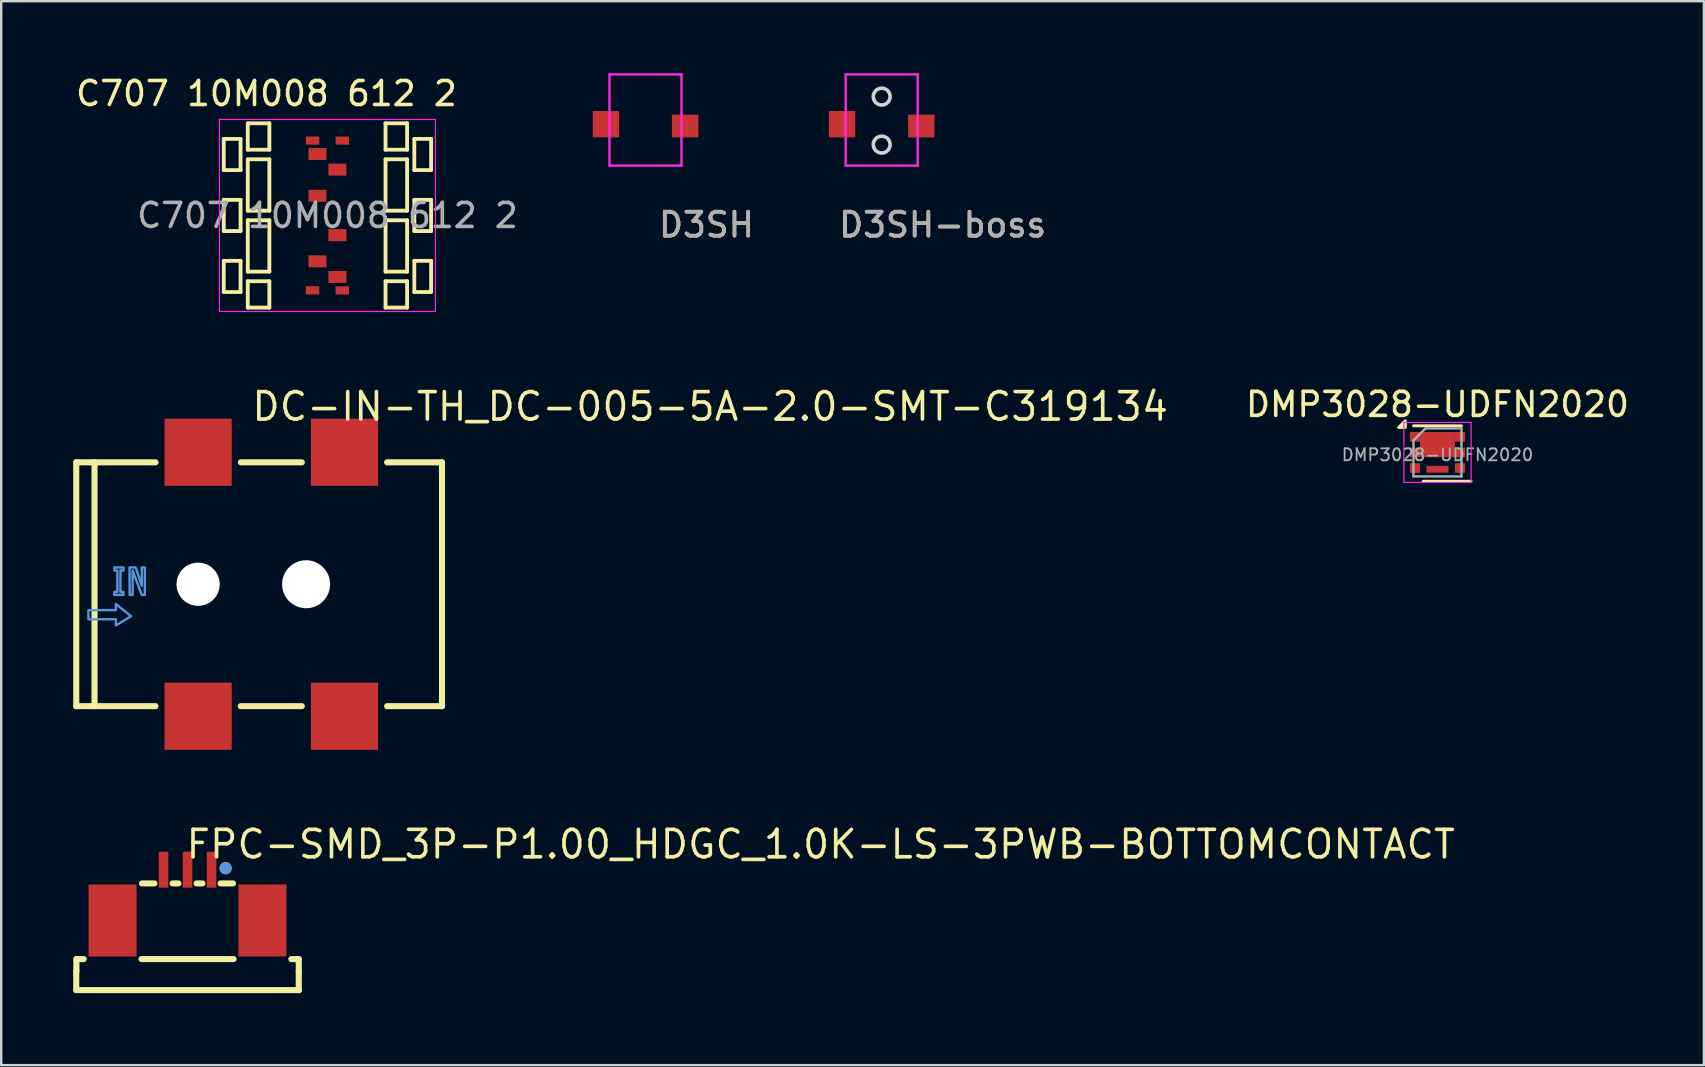
<source format=kicad_pcb>
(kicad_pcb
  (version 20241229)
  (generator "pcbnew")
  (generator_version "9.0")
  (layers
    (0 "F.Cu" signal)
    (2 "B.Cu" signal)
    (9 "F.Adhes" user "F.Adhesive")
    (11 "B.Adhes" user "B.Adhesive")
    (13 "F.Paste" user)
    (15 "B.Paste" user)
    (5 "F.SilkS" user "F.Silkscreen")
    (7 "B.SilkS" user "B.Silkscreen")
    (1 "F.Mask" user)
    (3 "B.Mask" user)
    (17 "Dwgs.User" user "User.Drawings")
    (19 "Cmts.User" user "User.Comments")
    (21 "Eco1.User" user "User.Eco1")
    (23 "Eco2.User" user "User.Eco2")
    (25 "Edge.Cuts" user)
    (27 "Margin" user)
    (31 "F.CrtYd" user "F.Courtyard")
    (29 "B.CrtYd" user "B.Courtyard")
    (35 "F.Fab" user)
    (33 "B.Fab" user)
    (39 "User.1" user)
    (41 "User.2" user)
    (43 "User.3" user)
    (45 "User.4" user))
  (footprint "D3SH"
    (layer "F.Cu")
    (at 23.847 3.775)
    (property "Reference" "D3SH" (at 2.54 2.54 0) (layer "F.SilkS") (effects (font (size 1 1) (thickness 0.15))))
    (attr smd)
    (fp_line (start -1.5 -3.725) (end 1.5 -3.725) (stroke (width 0.1) (type solid)) (layer "F.CrtYd"))
    (fp_line (start -1.5 0.075) (end -1.5 -3.725) (stroke (width 0.1) (type solid)) (layer "F.CrtYd"))
    (fp_line (start 1.5 -3.725) (end 1.5 0.075) (stroke (width 0.1) (type solid)) (layer "F.CrtYd"))
    (fp_line (start 1.5 0.075) (end -1.5 0.075) (stroke (width 0.1) (type solid)) (layer "F.CrtYd"))
    (fp_text user "${REFERENCE}" (at 2.54 2.54 0) (layer "F.Fab") (effects (font (size 1 1) (thickness 0.15))))
    (pad "1" smd rect (at -1.65 -1.65) (size 1.1 1.1) (layers "F.Cu" "F.Mask" "F.Paste"))
    (pad "2" smd rect (at 1.65 -1.575) (size 1.1 0.95) (layers "F.Cu" "F.Mask" "F.Paste")))
  (footprint "FPC-SMD_3P-P1.00_HDGC_1.0K-LS-3PWB-BOTTOMCONTACT"
    (layer "F.Cu")
    (at 4.763 34.247)
    (property "Reference" "FPC-SMD_3P-P1.00_HDGC_1.0K-LS-3PWB-BOTTOMCONTACT" (at -0.142 -2.118 0) (layer "F.SilkS") (effects (font (size 1.143 1.143) (thickness 0.152)) (justify left)))
    (attr smd)
    (fp_line (start -4.636 3.959) (end -4.636 3.17) (stroke (width 0.254) (type solid)) (layer "F.SilkS"))
    (fp_line (start -4.636 3.959) (end 4.645 3.959) (stroke (width 0.254) (type solid)) (layer "F.SilkS"))
    (fp_line (start -4.63 2.666) (end -4.63 3.17) (stroke (width 0.254) (type solid)) (layer "F.SilkS"))
    (fp_line (start -4.327 2.666) (end -4.63 2.666) (stroke (width 0.254) (type solid)) (layer "F.SilkS"))
    (fp_line (start -1.381 -0.486) (end -1.896 -0.486) (stroke (width 0.254) (type solid)) (layer "F.SilkS"))
    (fp_line (start -0.381 -0.486) (end -0.619 -0.486) (stroke (width 0.254) (type solid)) (layer "F.SilkS"))
    (fp_line (start 0.619 -0.486) (end 0.381 -0.486) (stroke (width 0.254) (type solid)) (layer "F.SilkS"))
    (fp_line (start 1.381 -0.486) (end 1.896 -0.486) (stroke (width 0.254) (type solid)) (layer "F.SilkS"))
    (fp_line (start 1.919 2.666) (end -1.919 2.666) (stroke (width 0.254) (type solid)) (layer "F.SilkS"))
    (fp_line (start 4.636 2.666) (end 4.327 2.666) (stroke (width 0.254) (type solid)) (layer "F.SilkS"))
    (fp_line (start 4.636 3.17) (end 4.636 2.666) (stroke (width 0.254) (type solid)) (layer "F.SilkS"))
    (fp_line (start 4.636 3.959) (end 4.636 3.17) (stroke (width 0.254) (type solid)) (layer "F.SilkS"))
    (fp_circle (center 1.588 -1.121) (end 1.715 -1.121) (stroke (width 0.254) (type solid)) (fill no) (layer "F.SilkS"))
    (fp_circle (center 1.588 -1.121) (end 1.715 -1.121) (stroke (width 0.254) (type solid)) (fill no) (layer "Cmts.User"))
    (pad "1" smd rect (at 1 -1.057) (size 0.4 1.5) (layers "F.Cu" "F.Mask" "F.Paste"))
    (pad "2" smd rect (at 0 -1.057) (size 0.4 1.5) (layers "F.Cu" "F.Mask" "F.Paste"))
    (pad "3" smd rect (at -1 -1.057) (size 0.4 1.5) (layers "F.Cu" "F.Mask" "F.Paste"))
    (pad "4" smd rect (at -3.123 1.057) (size 2 3) (layers "F.Cu" "F.Mask" "F.Paste"))
    (pad "5" smd rect (at 3.123 1.057) (size 2 3) (layers "F.Cu" "F.Mask" "F.Paste")))
  (footprint "C707 10M008 612 2"
    (layer "F.Cu")
    (at 10.594 5.928)
    (property "Reference" "C707 10M008 612 2" (at -2.54 -5.08 0) (layer "F.SilkS") (effects (font (size 1 1) (thickness 0.15))))
    (attr smd)
    (fp_line (start -4.32 -3.19) (end -4.32 -1.89) (stroke (width 0.16) (type solid)) (layer "F.SilkS"))
    (fp_line (start -4.32 -1.89) (end -3.62 -1.89) (stroke (width 0.16) (type solid)) (layer "F.SilkS"))
    (fp_line (start -4.32 -0.65) (end -4.32 0.65) (stroke (width 0.16) (type solid)) (layer "F.SilkS"))
    (fp_line (start -4.32 0.65) (end -3.62 0.65) (stroke (width 0.16) (type solid)) (layer "F.SilkS"))
    (fp_line (start -4.32 1.89) (end -4.32 3.19) (stroke (width 0.16) (type solid)) (layer "F.SilkS"))
    (fp_line (start -4.32 3.19) (end -3.62 3.19) (stroke (width 0.16) (type solid)) (layer "F.SilkS"))
    (fp_line (start -3.62 -3.19) (end -4.32 -3.19) (stroke (width 0.16) (type solid)) (layer "F.SilkS"))
    (fp_line (start -3.62 -1.89) (end -3.62 -3.19) (stroke (width 0.16) (type solid)) (layer "F.SilkS"))
    (fp_line (start -3.62 -0.65) (end -4.32 -0.65) (stroke (width 0.16) (type solid)) (layer "F.SilkS"))
    (fp_line (start -3.62 0.65) (end -3.62 -0.65) (stroke (width 0.16) (type solid)) (layer "F.SilkS"))
    (fp_line (start -3.62 1.89) (end -4.32 1.89) (stroke (width 0.16) (type solid)) (layer "F.SilkS"))
    (fp_line (start -3.62 3.19) (end -3.62 1.89) (stroke (width 0.16) (type solid)) (layer "F.SilkS"))
    (fp_line (start -3.32 -3.84) (end -3.32 -2.74) (stroke (width 0.16) (type solid)) (layer "F.SilkS"))
    (fp_line (start -3.32 -2.74) (end -2.42 -2.74) (stroke (width 0.16) (type solid)) (layer "F.SilkS"))
    (fp_line (start -3.32 -2.34) (end -3.32 -0.2) (stroke (width 0.16) (type solid)) (layer "F.SilkS"))
    (fp_line (start -3.32 -0.2) (end -2.42 -0.2) (stroke (width 0.16) (type solid)) (layer "F.SilkS"))
    (fp_line (start -3.32 0.2) (end -3.32 2.34) (stroke (width 0.16) (type solid)) (layer "F.SilkS"))
    (fp_line (start -3.32 2.34) (end -2.42 2.34) (stroke (width 0.16) (type solid)) (layer "F.SilkS"))
    (fp_line (start -3.32 2.74) (end -3.32 3.84) (stroke (width 0.16) (type solid)) (layer "F.SilkS"))
    (fp_line (start -3.32 3.84) (end -2.42 3.84) (stroke (width 0.16) (type solid)) (layer "F.SilkS"))
    (fp_line (start -2.42 -3.84) (end -3.32 -3.84) (stroke (width 0.16) (type solid)) (layer "F.SilkS"))
    (fp_line (start -2.42 -2.74) (end -2.42 -3.84) (stroke (width 0.16) (type solid)) (layer "F.SilkS"))
    (fp_line (start -2.42 -2.34) (end -3.32 -2.34) (stroke (width 0.16) (type solid)) (layer "F.SilkS"))
    (fp_line (start -2.42 -0.2) (end -2.42 -2.34) (stroke (width 0.16) (type solid)) (layer "F.SilkS"))
    (fp_line (start -2.42 0.2) (end -3.32 0.2) (stroke (width 0.16) (type solid)) (layer "F.SilkS"))
    (fp_line (start -2.42 2.34) (end -2.42 0.2) (stroke (width 0.16) (type solid)) (layer "F.SilkS"))
    (fp_line (start -2.42 2.74) (end -3.32 2.74) (stroke (width 0.16) (type solid)) (layer "F.SilkS"))
    (fp_line (start -2.42 3.84) (end -2.42 2.74) (stroke (width 0.16) (type solid)) (layer "F.SilkS"))
    (fp_line (start 2.42 -3.84) (end 2.42 -2.74) (stroke (width 0.16) (type solid)) (layer "F.SilkS"))
    (fp_line (start 2.42 -2.74) (end 3.32 -2.74) (stroke (width 0.16) (type solid)) (layer "F.SilkS"))
    (fp_line (start 2.42 -2.34) (end 2.42 -0.2) (stroke (width 0.16) (type solid)) (layer "F.SilkS"))
    (fp_line (start 2.42 -0.2) (end 3.32 -0.2) (stroke (width 0.16) (type solid)) (layer "F.SilkS"))
    (fp_line (start 2.42 0.2) (end 2.42 2.34) (stroke (width 0.16) (type solid)) (layer "F.SilkS"))
    (fp_line (start 2.42 2.34) (end 3.32 2.34) (stroke (width 0.16) (type solid)) (layer "F.SilkS"))
    (fp_line (start 2.42 2.74) (end 2.42 3.84) (stroke (width 0.16) (type solid)) (layer "F.SilkS"))
    (fp_line (start 2.42 3.84) (end 3.32 3.84) (stroke (width 0.16) (type solid)) (layer "F.SilkS"))
    (fp_line (start 3.32 -3.84) (end 2.42 -3.84) (stroke (width 0.16) (type solid)) (layer "F.SilkS"))
    (fp_line (start 3.32 -2.74) (end 3.32 -3.84) (stroke (width 0.16) (type solid)) (layer "F.SilkS"))
    (fp_line (start 3.32 -2.34) (end 2.42 -2.34) (stroke (width 0.16) (type solid)) (layer "F.SilkS"))
    (fp_line (start 3.32 -0.2) (end 3.32 -2.34) (stroke (width 0.16) (type solid)) (layer "F.SilkS"))
    (fp_line (start 3.32 0.2) (end 2.42 0.2) (stroke (width 0.16) (type solid)) (layer "F.SilkS"))
    (fp_line (start 3.32 2.34) (end 3.32 0.2) (stroke (width 0.16) (type solid)) (layer "F.SilkS"))
    (fp_line (start 3.32 2.74) (end 2.42 2.74) (stroke (width 0.16) (type solid)) (layer "F.SilkS"))
    (fp_line (start 3.32 3.84) (end 3.32 2.74) (stroke (width 0.16) (type solid)) (layer "F.SilkS"))
    (fp_line (start 3.62 -3.19) (end 3.62 -1.89) (stroke (width 0.16) (type solid)) (layer "F.SilkS"))
    (fp_line (start 3.62 -1.89) (end 4.32 -1.89) (stroke (width 0.16) (type solid)) (layer "F.SilkS"))
    (fp_line (start 3.62 -0.65) (end 3.62 0.65) (stroke (width 0.16) (type solid)) (layer "F.SilkS"))
    (fp_line (start 3.62 0.65) (end 4.32 0.65) (stroke (width 0.16) (type solid)) (layer "F.SilkS"))
    (fp_line (start 3.62 1.89) (end 3.62 3.19) (stroke (width 0.16) (type solid)) (layer "F.SilkS"))
    (fp_line (start 3.62 3.19) (end 4.32 3.19) (stroke (width 0.16) (type solid)) (layer "F.SilkS"))
    (fp_line (start 4.32 -3.19) (end 3.62 -3.19) (stroke (width 0.16) (type solid)) (layer "F.SilkS"))
    (fp_line (start 4.32 -1.89) (end 4.32 -3.19) (stroke (width 0.16) (type solid)) (layer "F.SilkS"))
    (fp_line (start 4.32 -0.65) (end 3.62 -0.65) (stroke (width 0.16) (type solid)) (layer "F.SilkS"))
    (fp_line (start 4.32 0.65) (end 4.32 -0.65) (stroke (width 0.16) (type solid)) (layer "F.SilkS"))
    (fp_line (start 4.32 1.89) (end 3.62 1.89) (stroke (width 0.16) (type solid)) (layer "F.SilkS"))
    (fp_line (start 4.32 3.19) (end 4.32 1.89) (stroke (width 0.16) (type solid)) (layer "F.SilkS"))
    (fp_line (start -4.5 -4) (end 4.5 -4) (stroke (width 0.05) (type solid)) (layer "F.CrtYd"))
    (fp_line (start -4.5 4) (end -4.5 -4) (stroke (width 0.05) (type solid)) (layer "F.CrtYd"))
    (fp_line (start 4.5 -4) (end 4.5 4) (stroke (width 0.05) (type solid)) (layer "F.CrtYd"))
    (fp_line (start 4.5 4) (end -4.5 4) (stroke (width 0.05) (type solid)) (layer "F.CrtYd"))
    (fp_text user "${REFERENCE}" (at 0 0 0) (layer "F.Fab") (effects (font (size 1 1) (thickness 0.15))))
    (pad "1" smd rect (at -0.62 -3.12) (size 0.56 0.34) (layers "F.Cu" "F.Mask" "F.Paste"))
    (pad "1" smd rect (at -0.415 -2.56) (size 0.75 0.5) (layers "F.Cu" "F.Mask" "F.Paste"))
    (pad "2" smd rect (at -0.415 -0.82) (size 0.75 0.5) (layers "F.Cu" "F.Mask" "F.Paste"))
    (pad "3" smd rect (at -0.62 3.12) (size 0.56 0.34) (layers "F.Cu" "F.Mask" "F.Paste"))
    (pad "3" smd rect (at -0.415 1.91) (size 0.75 0.5) (layers "F.Cu" "F.Mask" "F.Paste"))
    (pad "4" smd rect (at 0.415 2.56) (size 0.75 0.5) (layers "F.Cu" "F.Mask" "F.Paste"))
    (pad "4" smd rect (at 0.62 3.12) (size 0.56 0.34) (layers "F.Cu" "F.Mask" "F.Paste"))
    (pad "5" smd rect (at 0.415 0.82) (size 0.75 0.5) (layers "F.Cu" "F.Mask" "F.Paste"))
    (pad "6" smd rect (at 0.415 -1.91) (size 0.75 0.5) (layers "F.Cu" "F.Mask" "F.Paste"))
    (pad "6" smd rect (at 0.62 -3.12) (size 0.56 0.34) (layers "F.Cu" "F.Mask" "F.Paste"))
    (zone (net_name "") (layer "F.Cu") (hatch edge 0.508) (connect_pads) (min_thickness 0.254) (filled_areas_thickness no) (keepout (tracks allowed) (vias not_allowed) (pads not_allowed) (copperpour allowed) (footprints allowed)) (placement (enabled no)) (fill) (polygon (pts (xy 6.974 4.038) (xy 6.274 4.038) (xy 6.274 2.738) (xy 6.974 2.738))))
    (zone (net_name "") (layer "F.Cu") (hatch edge 0.508) (connect_pads) (min_thickness 0.254) (filled_areas_thickness no) (keepout (tracks allowed) (vias not_allowed) (pads not_allowed) (copperpour allowed) (footprints allowed)) (placement (enabled no)) (fill) (polygon (pts (xy 6.974 6.578) (xy 6.274 6.578) (xy 6.274 5.278) (xy 6.974 5.278))))
    (zone (net_name "") (layer "F.Cu") (hatch edge 0.508) (connect_pads) (min_thickness 0.254) (filled_areas_thickness no) (keepout (tracks allowed) (vias not_allowed) (pads not_allowed) (copperpour allowed) (footprints allowed)) (placement (enabled no)) (fill) (polygon (pts (xy 6.974 9.118) (xy 6.274 9.118) (xy 6.274 7.818) (xy 6.974 7.818))))
    (zone (net_name "") (layer "F.Cu") (hatch edge 0.508) (connect_pads) (min_thickness 0.254) (filled_areas_thickness no) (keepout (tracks not_allowed) (vias not_allowed) (pads not_allowed) (copperpour allowed) (footprints allowed)) (placement (enabled no)) (fill) (polygon (pts (xy 8.174 3.188) (xy 7.274 3.188) (xy 7.274 2.088) (xy 8.174 2.088))))
    (zone (net_name "") (layer "F.Cu") (hatch edge 0.508) (connect_pads) (min_thickness 0.254) (filled_areas_thickness no) (keepout (tracks not_allowed) (vias not_allowed) (pads not_allowed) (copperpour allowed) (footprints allowed)) (placement (enabled no)) (fill) (polygon (pts (xy 8.174 5.728) (xy 7.274 5.728) (xy 7.274 3.588) (xy 8.174 3.588))))
    (zone (net_name "") (layer "F.Cu") (hatch edge 0.508) (connect_pads) (min_thickness 0.254) (filled_areas_thickness no) (keepout (tracks not_allowed) (vias not_allowed) (pads not_allowed) (copperpour allowed) (footprints allowed)) (placement (enabled no)) (fill) (polygon (pts (xy 8.174 8.268) (xy 7.274 8.268) (xy 7.274 6.128) (xy 8.174 6.128))))
    (zone (net_name "") (layer "F.Cu") (hatch edge 0.508) (connect_pads) (min_thickness 0.254) (filled_areas_thickness no) (keepout (tracks not_allowed) (vias not_allowed) (pads not_allowed) (copperpour allowed) (footprints allowed)) (placement (enabled no)) (fill) (polygon (pts (xy 8.174 9.768) (xy 7.274 9.768) (xy 7.274 8.668) (xy 8.174 8.668))))
    (zone (net_name "") (layer "F.Cu") (hatch edge 0.508) (connect_pads) (min_thickness 0.254) (filled_areas_thickness no) (keepout (tracks not_allowed) (vias not_allowed) (pads not_allowed) (copperpour allowed) (footprints allowed)) (placement (enabled no)) (fill) (polygon (pts (xy 13.914 3.188) (xy 13.014 3.188) (xy 13.014 2.088) (xy 13.914 2.088))))
    (zone (net_name "") (layer "F.Cu") (hatch edge 0.508) (connect_pads) (min_thickness 0.254) (filled_areas_thickness no) (keepout (tracks not_allowed) (vias not_allowed) (pads not_allowed) (copperpour allowed) (footprints allowed)) (placement (enabled no)) (fill) (polygon (pts (xy 13.914 5.728) (xy 13.014 5.728) (xy 13.014 3.588) (xy 13.914 3.588))))
    (zone (net_name "") (layer "F.Cu") (hatch edge 0.508) (connect_pads) (min_thickness 0.254) (filled_areas_thickness no) (keepout (tracks not_allowed) (vias not_allowed) (pads not_allowed) (copperpour allowed) (footprints allowed)) (placement (enabled no)) (fill) (polygon (pts (xy 13.914 8.268) (xy 13.014 8.268) (xy 13.014 6.128) (xy 13.914 6.128))))
    (zone (net_name "") (layer "F.Cu") (hatch edge 0.508) (connect_pads) (min_thickness 0.254) (filled_areas_thickness no) (keepout (tracks not_allowed) (vias not_allowed) (pads not_allowed) (copperpour allowed) (footprints allowed)) (placement (enabled no)) (fill) (polygon (pts (xy 13.914 9.768) (xy 13.014 9.768) (xy 13.014 8.668) (xy 13.914 8.668))))
    (zone (net_name "") (layer "F.Cu") (hatch edge 0.508) (connect_pads) (min_thickness 0.254) (filled_areas_thickness no) (keepout (tracks allowed) (vias not_allowed) (pads not_allowed) (copperpour allowed) (footprints allowed)) (placement (enabled no)) (fill) (polygon (pts (xy 14.914 4.038) (xy 14.214 4.038) (xy 14.214 2.738) (xy 14.914 2.738))))
    (zone (net_name "") (layer "F.Cu") (hatch edge 0.508) (connect_pads) (min_thickness 0.254) (filled_areas_thickness no) (keepout (tracks allowed) (vias not_allowed) (pads not_allowed) (copperpour allowed) (footprints allowed)) (placement (enabled no)) (fill) (polygon (pts (xy 14.914 6.578) (xy 14.214 6.578) (xy 14.214 5.278) (xy 14.914 5.278))))
    (zone (net_name "") (layer "F.Cu") (hatch edge 0.508) (connect_pads) (min_thickness 0.254) (filled_areas_thickness no) (keepout (tracks allowed) (vias not_allowed) (pads not_allowed) (copperpour allowed) (footprints allowed)) (placement (enabled no)) (fill) (polygon (pts (xy 14.914 9.118) (xy 14.214 9.118) (xy 14.214 7.818) (xy 14.914 7.818)))))
  (footprint "DC-IN-TH_DC-005-5A-2.0-SMT-C319134"
    (layer "F.Cu")
    (at 8.255 21.294)
    (property "Reference" "DC-IN-TH_DC-005-5A-2.0-SMT-C319134" (at -0.891 -7.405 0) (layer "F.SilkS") (effects (font (size 1.143 1.143) (thickness 0.152)) (justify left)))
    (attr smd)
    (fp_line (start -8.128 -5.08) (end -8.128 5.08) (stroke (width 0.254) (type solid)) (layer "F.SilkS"))
    (fp_line (start -8.128 5.08) (end -4.826 5.08) (stroke (width 0.254) (type solid)) (layer "F.SilkS"))
    (fp_line (start -7.366 -5.08) (end -7.366 5.08) (stroke (width 0.254) (type solid)) (layer "F.SilkS"))
    (fp_line (start -4.826 -5.08) (end -8.128 -5.08) (stroke (width 0.254) (type solid)) (layer "F.SilkS"))
    (fp_line (start -1.27 -5.08) (end 1.27 -5.08) (stroke (width 0.254) (type solid)) (layer "F.SilkS"))
    (fp_line (start -1.27 5.08) (end 1.27 5.08) (stroke (width 0.254) (type solid)) (layer "F.SilkS"))
    (fp_line (start 4.826 5.08) (end 7.112 5.08) (stroke (width 0.254) (type solid)) (layer "F.SilkS"))
    (fp_line (start 7.112 -5.08) (end 4.826 -5.08) (stroke (width 0.254) (type solid)) (layer "F.SilkS"))
    (fp_line (start 7.112 5.08) (end 7.112 -5.08) (stroke (width 0.254) (type solid)) (layer "F.SilkS"))
    (fp_circle (center -3.05 0) (end -2.675 0) (stroke (width 0.75) (type solid)) (fill no) (layer "Cmts.User"))
    (fp_circle (center 1.45 0) (end 1.875 0) (stroke (width 0.85) (type solid)) (fill no) (layer "Cmts.User"))
    (fp_poly (pts (xy -7.62 1.079) (xy -6.477 1.079) (xy -6.477 0.825) (xy -5.842 1.334) (xy -6.477 1.714) (xy -6.477 1.46) (xy -7.62 1.46)) (stroke (width 0.1) (type solid)) (fill no) (layer "Cmts.User"))
    (fp_poly (pts (xy -5.906 -0.698) (xy -5.906 0.444) (xy -5.779 0.444) (xy -5.779 -0.572) (xy -5.398 0.444) (xy -5.271 0.444) (xy -5.271 -0.698) (xy -5.398 -0.698) (xy -5.398 0.063) (xy -5.652 -0.698)) (stroke (width 0.1) (type solid)) (fill no) (layer "Cmts.User"))
    (fp_poly (pts (xy -6.541 -0.698) (xy -6.541 -0.572) (xy -6.414 -0.572) (xy -6.414 0.318) (xy -6.541 0.318) (xy -6.541 0.444) (xy -6.16 0.444) (xy -6.16 0.318) (xy -6.287 0.318) (xy -6.287 -0.572) (xy -6.16 -0.572) (xy -6.16 -0.698)) (stroke (width 0.1) (type solid)) (fill no) (layer "Cmts.User"))
    (pad "" np_thru_hole circle (at -3.05 0) (size 1.8 1.8) (drill 1.8) (layers "*.Cu" "*.Mask"))
    (pad "" np_thru_hole circle (at 1.45 0) (size 2 2) (drill 2) (layers "*.Cu" "*.Mask"))
    (pad "1" smd rect (at -3.05 -5.5) (size 2.8 2.8) (layers "F.Cu" "F.Mask" "F.Paste"))
    (pad "1" smd rect (at 3.05 -5.5) (size 2.8 2.8) (layers "F.Cu" "F.Mask" "F.Paste"))
    (pad "2" smd rect (at -3.05 5.5) (size 2.8 2.8) (layers "F.Cu" "F.Mask" "F.Paste"))
    (pad "3" smd rect (at 3.05 5.5) (size 2.8 2.8) (layers "F.Cu" "F.Mask" "F.Paste")))
  (footprint "D3SH-boss"
    (layer "F.Cu")
    (at 33.688 3.775)
    (property "Reference" "D3SH-boss" (at 2.54 2.54 0) (layer "F.SilkS") (effects (font (size 1 1) (thickness 0.15))))
    (attr smd)
    (fp_circle (center 0 -2.8) (end -0.35 -2.8) (stroke (width 0.15) (type solid)) (fill no) (layer "Edge.Cuts"))
    (fp_circle (center 0 -0.8) (end -0.35 -0.8) (stroke (width 0.15) (type solid)) (fill no) (layer "Edge.Cuts"))
    (fp_line (start -1.5 -3.725) (end 1.5 -3.725) (stroke (width 0.1) (type solid)) (layer "F.CrtYd"))
    (fp_line (start -1.5 0.075) (end -1.5 -3.725) (stroke (width 0.1) (type solid)) (layer "F.CrtYd"))
    (fp_line (start 1.5 -3.725) (end 1.5 0.075) (stroke (width 0.1) (type solid)) (layer "F.CrtYd"))
    (fp_line (start 1.5 0.075) (end -1.5 0.075) (stroke (width 0.1) (type solid)) (layer "F.CrtYd"))
    (fp_text user "${REFERENCE}" (at 2.54 2.54 0) (layer "F.Fab") (effects (font (size 1 1) (thickness 0.15))))
    (pad "1" smd rect (at -1.65 -1.65) (size 1.1 1.1) (layers "F.Cu" "F.Mask" "F.Paste"))
    (pad "2" smd rect (at 1.65 -1.575) (size 1.1 0.95) (layers "F.Cu" "F.Mask" "F.Paste")))
  (footprint "DMP3028-UDFN2020"
    (layer "F.Cu")
    (at 56.847 15.802)
    (property "Reference" "DMP3028-UDFN2020" (at 0 -2 0) (layer "F.SilkS") (effects (font (size 1 1) (thickness 0.15))))
    (attr smd)
    (fp_line (start 1 -1.11) (end -1 -1.11) (stroke (width 0.12) (type solid)) (layer "F.SilkS"))
    (fp_line (start 1.4 1.2) (end -0.6 1.2) (stroke (width 0.12) (type solid)) (layer "F.SilkS"))
    (fp_poly (pts (xy -1.34 -1.04) (xy -1.62 -1.04) (xy -1.34 -1.32) (xy -1.34 -1.04)) (stroke (width 0.12) (type solid)) (fill yes) (layer "F.SilkS"))
    (fp_line (start -1.4 -1.25) (end -1.4 1.25) (stroke (width 0.05) (type solid)) (layer "F.CrtYd"))
    (fp_line (start -1.4 1.25) (end 1.4 1.25) (stroke (width 0.05) (type solid)) (layer "F.CrtYd"))
    (fp_line (start 1.4 -1.25) (end -1.4 -1.25) (stroke (width 0.05) (type solid)) (layer "F.CrtYd"))
    (fp_line (start 1.4 1.25) (end 1.4 -1.25) (stroke (width 0.05) (type solid)) (layer "F.CrtYd"))
    (fp_line (start -1 1) (end -1 -0.5) (stroke (width 0.1) (type solid)) (layer "F.Fab"))
    (fp_line (start -0.5 -1) (end -1 -0.5) (stroke (width 0.1) (type solid)) (layer "F.Fab"))
    (fp_line (start -0.5 -1) (end 1 -1) (stroke (width 0.1) (type solid)) (layer "F.Fab"))
    (fp_line (start 1 -1) (end 1 1) (stroke (width 0.1) (type solid)) (layer "F.Fab"))
    (fp_line (start 1 1) (end -1 1) (stroke (width 0.1) (type solid)) (layer "F.Fab"))
    (fp_text user "${REFERENCE}" (at 0 0.1 0) (layer "F.Fab") (effects (font (size 0.5 0.5) (thickness 0.075))))
    (pad "1" smd rect (at -0.938 -0.65) (size 0.425 0.4) (layers "F.Cu" "F.Mask" "F.Paste"))
    (pad "1" smd rect (at -0.938 0) (size 0.425 0.4) (layers "F.Cu" "F.Mask" "F.Paste"))
    (pad "1" smd rect (at 0 -0.325) (size 1.45 1.05) (layers "F.Cu" "F.Mask" "F.Paste"))
    (pad "1" smd rect (at 0.938 -0.65) (size 0.425 0.4) (layers "F.Cu" "F.Mask" "F.Paste"))
    (pad "1" smd rect (at 0.938 0) (size 0.425 0.4) (layers "F.Cu" "F.Mask" "F.Paste"))
    (pad "2" smd rect (at -0.938 0.65) (size 0.425 0.4) (layers "F.Cu" "F.Mask" "F.Paste"))
    (pad "3" smd rect (at 0 0.7) (size 0.92 0.285) (layers "F.Cu" "F.Mask" "F.Paste"))
    (pad "3" smd rect (at 0.938 0.65) (size 0.425 0.4) (layers "F.Cu" "F.Mask" "F.Paste")))
  (gr_rect
    (start -3 -3)
    (end 67.948 41.333)
    (stroke (width 0.1) (type default))
    (fill no)
    (layer "Edge.Cuts")))
</source>
